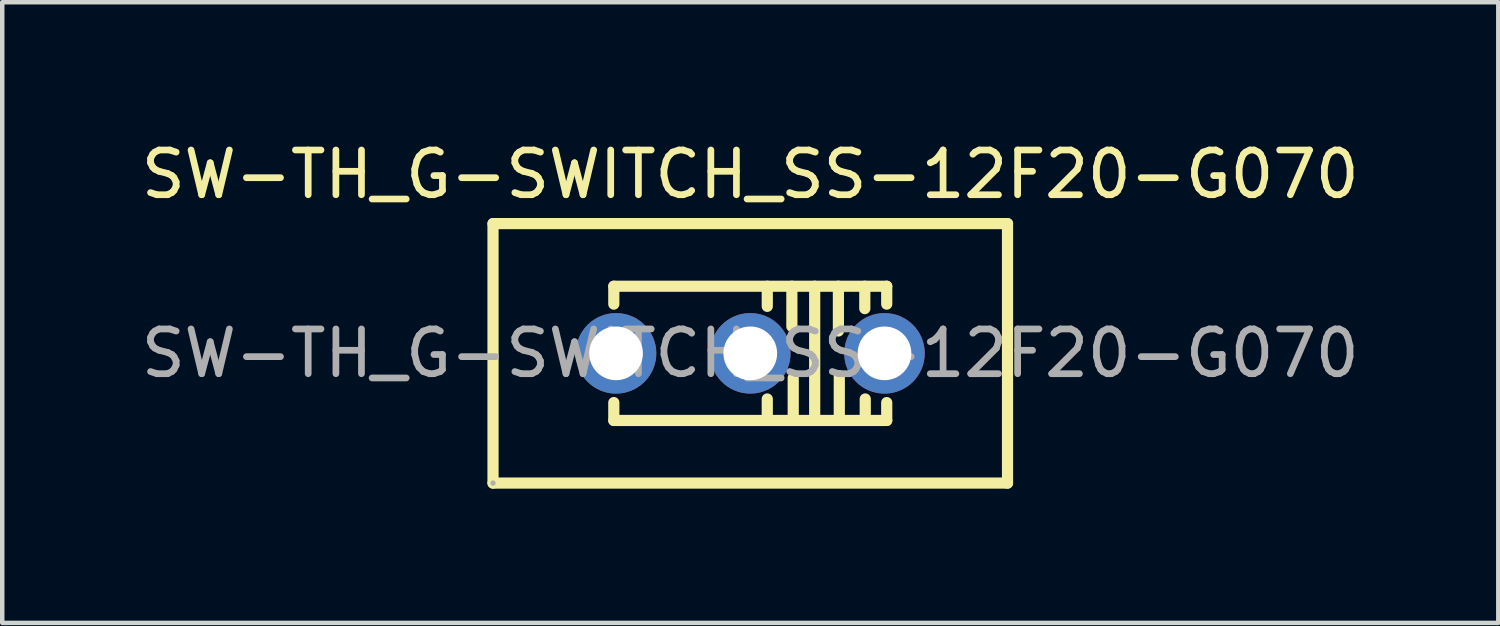
<source format=kicad_pcb>
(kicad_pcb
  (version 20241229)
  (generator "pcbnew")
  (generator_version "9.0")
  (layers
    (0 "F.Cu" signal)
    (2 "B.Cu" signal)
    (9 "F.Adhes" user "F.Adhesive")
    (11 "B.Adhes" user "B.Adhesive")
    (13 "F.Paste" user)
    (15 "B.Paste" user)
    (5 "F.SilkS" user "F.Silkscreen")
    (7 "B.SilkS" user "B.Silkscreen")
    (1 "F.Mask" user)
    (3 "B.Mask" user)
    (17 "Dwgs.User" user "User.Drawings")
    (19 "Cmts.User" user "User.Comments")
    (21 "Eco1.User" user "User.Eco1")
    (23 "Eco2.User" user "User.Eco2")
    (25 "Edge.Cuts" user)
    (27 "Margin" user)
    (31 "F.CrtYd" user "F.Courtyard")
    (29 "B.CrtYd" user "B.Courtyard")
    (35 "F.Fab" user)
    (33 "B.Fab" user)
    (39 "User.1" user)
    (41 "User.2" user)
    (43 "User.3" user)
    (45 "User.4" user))
  (footprint "SW-TH_G-SWITCH_SS-12F20-G070"
    (layer "F.Cu")
    (at 13.72 4.848)
    (property "Reference" "SW-TH_G-SWITCH_SS-12F20-G070" (at 0 -4 0) (layer "F.SilkS") (effects (font (size 1 1) (thickness 0.15))))
    (attr through_hole)
    (fp_line (start -5.75 -2.9) (end -5.75 2.9) (stroke (width 0.25) (type solid)) (layer "F.SilkS"))
    (fp_line (start -5.75 -2.9) (end 5.75 -2.9) (stroke (width 0.25) (type solid)) (layer "F.SilkS"))
    (fp_line (start -5.75 2.9) (end 5.75 2.9) (stroke (width 0.25) (type solid)) (layer "F.SilkS"))
    (fp_line (start -3.05 -1.5) (end -3.05 -1.1) (stroke (width 0.25) (type solid)) (layer "F.SilkS"))
    (fp_line (start -3.05 -1.5) (end 3.05 -1.5) (stroke (width 0.25) (type solid)) (layer "F.SilkS"))
    (fp_line (start -3.05 1.1) (end -3.05 1.5) (stroke (width 0.25) (type solid)) (layer "F.SilkS"))
    (fp_line (start -3.05 1.5) (end 3.05 1.5) (stroke (width 0.25) (type solid)) (layer "F.SilkS"))
    (fp_line (start 0.38 -1.5) (end 0.38 -1.05) (stroke (width 0.25) (type solid)) (layer "F.SilkS"))
    (fp_line (start 0.38 1.02) (end 0.38 1.47) (stroke (width 0.25) (type solid)) (layer "F.SilkS"))
    (fp_line (start 0.93 -1.5) (end 0.93 -0.6) (stroke (width 0.25) (type solid)) (layer "F.SilkS"))
    (fp_line (start 0.96 0.55) (end 0.96 1.45) (stroke (width 0.25) (type solid)) (layer "F.SilkS"))
    (fp_line (start 1.44 -1.5) (end 1.44 1.5) (stroke (width 0.25) (type solid)) (layer "F.SilkS"))
    (fp_line (start 1.97 -1.5) (end 1.97 -0.5) (stroke (width 0.25) (type solid)) (layer "F.SilkS"))
    (fp_line (start 1.99 0.5) (end 1.99 1.5) (stroke (width 0.25) (type solid)) (layer "F.SilkS"))
    (fp_line (start 2.56 -1.5) (end 2.56 -1) (stroke (width 0.25) (type solid)) (layer "F.SilkS"))
    (fp_line (start 2.57 1.02) (end 2.57 1.5) (stroke (width 0.25) (type solid)) (layer "F.SilkS"))
    (fp_line (start 3.05 -1.5) (end 3.05 -1.1) (stroke (width 0.25) (type solid)) (layer "F.SilkS"))
    (fp_line (start 3.05 1.1) (end 3.05 1.5) (stroke (width 0.25) (type solid)) (layer "F.SilkS"))
    (fp_line (start 5.75 -2.9) (end 5.75 2.9) (stroke (width 0.25) (type solid)) (layer "F.SilkS"))
    (fp_circle (center -5.75 2.9) (end -5.72 2.9) (stroke (width 0.06) (type solid)) (fill no) (layer "F.Fab"))
    (fp_text user "${REFERENCE}" (at 0 0 0) (layer "F.Fab") (effects (font (size 1 1) (thickness 0.15))))
    (pad "1" thru_hole circle (at -3 0) (size 1.8 1.8) (drill 1.2) (layers "*.Cu" "*.Mask"))
    (pad "2" thru_hole circle (at 0 0) (size 1.8 1.8) (drill 1.2) (layers "*.Cu" "*.Mask"))
    (pad "3" thru_hole circle (at 3 0) (size 1.8 1.8) (drill 1.2) (layers "*.Cu" "*.Mask")))
  (gr_rect
    (start -3 -3)
    (end 30.44 10.873)
    (stroke (width 0.1) (type default))
    (fill no)
    (layer "Edge.Cuts")))
</source>
